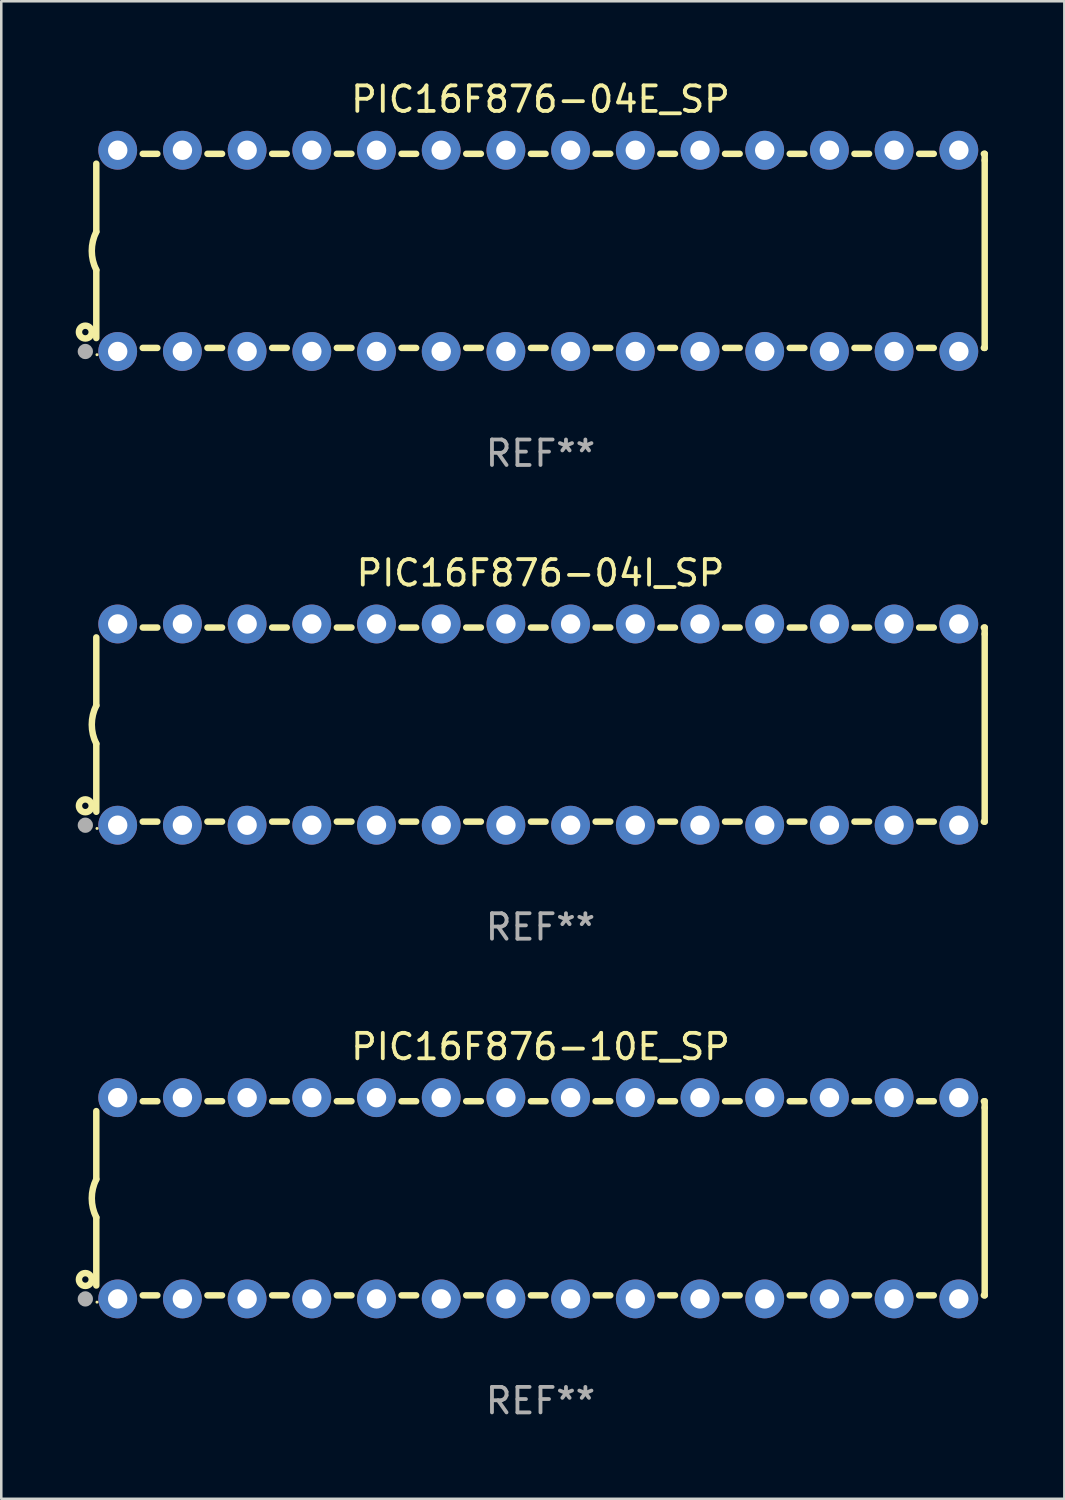
<source format=kicad_pcb>
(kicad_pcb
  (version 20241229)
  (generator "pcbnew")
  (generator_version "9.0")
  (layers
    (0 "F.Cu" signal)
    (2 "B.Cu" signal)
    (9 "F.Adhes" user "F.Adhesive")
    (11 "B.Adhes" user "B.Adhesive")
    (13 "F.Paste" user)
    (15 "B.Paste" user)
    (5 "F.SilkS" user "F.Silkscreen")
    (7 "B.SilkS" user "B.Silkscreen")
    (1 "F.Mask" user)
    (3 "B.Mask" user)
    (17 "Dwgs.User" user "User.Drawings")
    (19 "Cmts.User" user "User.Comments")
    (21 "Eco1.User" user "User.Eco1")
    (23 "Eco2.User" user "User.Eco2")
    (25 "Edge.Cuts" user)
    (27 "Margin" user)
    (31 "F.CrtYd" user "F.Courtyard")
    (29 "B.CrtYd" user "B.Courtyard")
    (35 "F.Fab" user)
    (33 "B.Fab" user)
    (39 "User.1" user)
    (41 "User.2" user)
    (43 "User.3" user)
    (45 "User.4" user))
  (footprint "PIC16F876-04E_SP"
    (layer "F.Cu")
    (at 18.168 6.798)
    (property "Reference" "PIC16F876-04E_SP" (at 0 -5.95 0) (layer "F.SilkS") (effects (font (size 1 1) (thickness 0.15))))
    (attr through_hole)
    (fp_line (start -17.438 0.75) (end -17.438 3.423) (stroke (width 0.254) (type solid)) (layer "F.SilkS"))
    (fp_line (start -17.438 -3.423) (end -17.438 -0.75) (stroke (width 0.254) (type solid)) (layer "F.SilkS"))
    (fp_line (start -15.615 3.81) (end -15.041 3.81) (stroke (width 0.254) (type solid)) (layer "F.SilkS"))
    (fp_line (start -15.041 -3.81) (end -15.614 -3.81) (stroke (width 0.254) (type solid)) (layer "F.SilkS"))
    (fp_line (start -13.075 3.81) (end -12.501 3.81) (stroke (width 0.254) (type solid)) (layer "F.SilkS"))
    (fp_line (start -12.501 -3.81) (end -13.074 -3.81) (stroke (width 0.254) (type solid)) (layer "F.SilkS"))
    (fp_line (start -10.535 3.81) (end -9.961 3.81) (stroke (width 0.254) (type solid)) (layer "F.SilkS"))
    (fp_line (start -9.961 -3.81) (end -10.534 -3.81) (stroke (width 0.254) (type solid)) (layer "F.SilkS"))
    (fp_line (start -7.995 3.81) (end -7.421 3.81) (stroke (width 0.254) (type solid)) (layer "F.SilkS"))
    (fp_line (start -7.421 -3.81) (end -7.995 -3.81) (stroke (width 0.254) (type solid)) (layer "F.SilkS"))
    (fp_line (start -5.455 3.81) (end -4.881 3.81) (stroke (width 0.254) (type solid)) (layer "F.SilkS"))
    (fp_line (start -4.881 -3.81) (end -5.455 -3.81) (stroke (width 0.254) (type solid)) (layer "F.SilkS"))
    (fp_line (start -2.915 3.81) (end -2.341 3.81) (stroke (width 0.254) (type solid)) (layer "F.SilkS"))
    (fp_line (start -2.341 -3.81) (end -2.915 -3.81) (stroke (width 0.254) (type solid)) (layer "F.SilkS"))
    (fp_line (start -0.375 3.81) (end 0.199 3.81) (stroke (width 0.254) (type solid)) (layer "F.SilkS"))
    (fp_line (start 0.199 -3.81) (end -0.375 -3.81) (stroke (width 0.254) (type solid)) (layer "F.SilkS"))
    (fp_line (start 2.165 3.81) (end 2.739 3.81) (stroke (width 0.254) (type solid)) (layer "F.SilkS"))
    (fp_line (start 2.739 -3.81) (end 2.165 -3.81) (stroke (width 0.254) (type solid)) (layer "F.SilkS"))
    (fp_line (start 4.705 3.81) (end 5.279 3.81) (stroke (width 0.254) (type solid)) (layer "F.SilkS"))
    (fp_line (start 5.279 -3.81) (end 4.705 -3.81) (stroke (width 0.254) (type solid)) (layer "F.SilkS"))
    (fp_line (start 7.245 3.81) (end 7.819 3.81) (stroke (width 0.254) (type solid)) (layer "F.SilkS"))
    (fp_line (start 7.819 -3.81) (end 7.245 -3.81) (stroke (width 0.254) (type solid)) (layer "F.SilkS"))
    (fp_line (start 9.785 3.81) (end 10.359 3.81) (stroke (width 0.254) (type solid)) (layer "F.SilkS"))
    (fp_line (start 10.359 -3.81) (end 9.785 -3.81) (stroke (width 0.254) (type solid)) (layer "F.SilkS"))
    (fp_line (start 12.325 3.81) (end 12.899 3.81) (stroke (width 0.254) (type solid)) (layer "F.SilkS"))
    (fp_line (start 12.899 -3.81) (end 12.325 -3.81) (stroke (width 0.254) (type solid)) (layer "F.SilkS"))
    (fp_line (start 14.865 3.81) (end 15.439 3.81) (stroke (width 0.254) (type solid)) (layer "F.SilkS"))
    (fp_line (start 15.439 -3.81) (end 14.865 -3.81) (stroke (width 0.254) (type solid)) (layer "F.SilkS"))
    (fp_line (start 17.405 3.81) (end 17.438 3.81) (stroke (width 0.254) (type solid)) (layer "F.SilkS"))
    (fp_line (start 17.438 -3.81) (end 17.405 -3.81) (stroke (width 0.254) (type solid)) (layer "F.SilkS"))
    (fp_line (start 17.438 -3.556) (end 17.438 -3.81) (stroke (width 0.254) (type solid)) (layer "F.SilkS"))
    (fp_line (start 17.438 3.81) (end 17.438 -3.556) (stroke (width 0.254) (type solid)) (layer "F.SilkS"))
    (fp_arc (start -17.437986 0.749657) (mid -17.614887 -0.000024) (end -17.437783 -0.749657) (stroke (width 0.254001) (type solid)) (layer "F.SilkS"))
    (fp_circle (center -17.868 3.188) (end -17.743 3.188) (stroke (width 0.254) (type solid)) (fill no) (layer "F.SilkS"))
    (fp_circle (center -17.411 4.077) (end -17.381 4.077) (stroke (width 0.06) (type solid)) (fill no) (layer "F.SilkS"))
    (fp_circle (center -17.868 3.95) (end -17.718 3.95) (stroke (width 0.3) (type solid)) (fill no) (layer "F.Fab"))
    (fp_text user "REF**" (at 0 7.95 0) (layer "F.Fab") (effects (font (size 1 1) (thickness 0.15))))
    (pad "1" thru_hole circle (at -16.598 3.95) (size 1.524 1.524) (drill 0.762) (layers "*.Cu" "*.Mask"))
    (pad "2" thru_hole circle (at -14.058 3.95) (size 1.524 1.524) (drill 0.762) (layers "*.Cu" "*.Mask"))
    (pad "3" thru_hole circle (at -11.518 3.95) (size 1.524 1.524) (drill 0.762) (layers "*.Cu" "*.Mask"))
    (pad "4" thru_hole circle (at -8.978 3.95) (size 1.524 1.524) (drill 0.762) (layers "*.Cu" "*.Mask"))
    (pad "5" thru_hole circle (at -6.438 3.95) (size 1.524 1.524) (drill 0.762) (layers "*.Cu" "*.Mask"))
    (pad "6" thru_hole circle (at -3.898 3.95) (size 1.524 1.524) (drill 0.762) (layers "*.Cu" "*.Mask"))
    (pad "7" thru_hole circle (at -1.358 3.95) (size 1.524 1.524) (drill 0.762) (layers "*.Cu" "*.Mask"))
    (pad "8" thru_hole circle (at 1.182 3.95) (size 1.524 1.524) (drill 0.762) (layers "*.Cu" "*.Mask"))
    (pad "9" thru_hole circle (at 3.722 3.95) (size 1.524 1.524) (drill 0.762) (layers "*.Cu" "*.Mask"))
    (pad "10" thru_hole circle (at 6.262 3.95) (size 1.524 1.524) (drill 0.762) (layers "*.Cu" "*.Mask"))
    (pad "11" thru_hole circle (at 8.802 3.95) (size 1.524 1.524) (drill 0.762) (layers "*.Cu" "*.Mask"))
    (pad "12" thru_hole circle (at 11.342 3.95) (size 1.524 1.524) (drill 0.762) (layers "*.Cu" "*.Mask"))
    (pad "13" thru_hole circle (at 13.882 3.95) (size 1.524 1.524) (drill 0.762) (layers "*.Cu" "*.Mask"))
    (pad "14" thru_hole circle (at 16.422 3.95) (size 1.524 1.524) (drill 0.762) (layers "*.Cu" "*.Mask"))
    (pad "15" thru_hole circle (at 16.422 -3.95) (size 1.524 1.524) (drill 0.762) (layers "*.Cu" "*.Mask"))
    (pad "16" thru_hole circle (at 13.882 -3.95) (size 1.524 1.524) (drill 0.762) (layers "*.Cu" "*.Mask"))
    (pad "17" thru_hole circle (at 11.342 -3.95) (size 1.524 1.524) (drill 0.762) (layers "*.Cu" "*.Mask"))
    (pad "18" thru_hole circle (at 8.802 -3.95) (size 1.524 1.524) (drill 0.762) (layers "*.Cu" "*.Mask"))
    (pad "19" thru_hole circle (at 6.262 -3.95) (size 1.524 1.524) (drill 0.762) (layers "*.Cu" "*.Mask"))
    (pad "20" thru_hole circle (at 3.722 -3.95) (size 1.524 1.524) (drill 0.762) (layers "*.Cu" "*.Mask"))
    (pad "21" thru_hole circle (at 1.182 -3.95) (size 1.524 1.524) (drill 0.762) (layers "*.Cu" "*.Mask"))
    (pad "22" thru_hole circle (at -1.358 -3.95) (size 1.524 1.524) (drill 0.762) (layers "*.Cu" "*.Mask"))
    (pad "23" thru_hole circle (at -3.898 -3.95) (size 1.524 1.524) (drill 0.762) (layers "*.Cu" "*.Mask"))
    (pad "24" thru_hole circle (at -6.438 -3.95) (size 1.524 1.524) (drill 0.762) (layers "*.Cu" "*.Mask"))
    (pad "25" thru_hole circle (at -8.978 -3.95) (size 1.524 1.524) (drill 0.762) (layers "*.Cu" "*.Mask"))
    (pad "26" thru_hole circle (at -11.517 -3.95) (size 1.524 1.524) (drill 0.762) (layers "*.Cu" "*.Mask"))
    (pad "27" thru_hole circle (at -14.057 -3.95) (size 1.524 1.524) (drill 0.762) (layers "*.Cu" "*.Mask"))
    (pad "28" thru_hole circle (at -16.597 -3.95) (size 1.524 1.524) (drill 0.762) (layers "*.Cu" "*.Mask")))
  (footprint "PIC16F876-04I_SP"
    (layer "F.Cu")
    (at 18.168 25.395)
    (property "Reference" "PIC16F876-04I_SP" (at 0 -5.95 0) (layer "F.SilkS") (effects (font (size 1 1) (thickness 0.15))))
    (attr through_hole)
    (fp_line (start -17.438 0.75) (end -17.438 3.423) (stroke (width 0.254) (type solid)) (layer "F.SilkS"))
    (fp_line (start -17.438 -3.423) (end -17.438 -0.75) (stroke (width 0.254) (type solid)) (layer "F.SilkS"))
    (fp_line (start -15.615 3.81) (end -15.041 3.81) (stroke (width 0.254) (type solid)) (layer "F.SilkS"))
    (fp_line (start -15.041 -3.81) (end -15.614 -3.81) (stroke (width 0.254) (type solid)) (layer "F.SilkS"))
    (fp_line (start -13.075 3.81) (end -12.501 3.81) (stroke (width 0.254) (type solid)) (layer "F.SilkS"))
    (fp_line (start -12.501 -3.81) (end -13.074 -3.81) (stroke (width 0.254) (type solid)) (layer "F.SilkS"))
    (fp_line (start -10.535 3.81) (end -9.961 3.81) (stroke (width 0.254) (type solid)) (layer "F.SilkS"))
    (fp_line (start -9.961 -3.81) (end -10.534 -3.81) (stroke (width 0.254) (type solid)) (layer "F.SilkS"))
    (fp_line (start -7.995 3.81) (end -7.421 3.81) (stroke (width 0.254) (type solid)) (layer "F.SilkS"))
    (fp_line (start -7.421 -3.81) (end -7.995 -3.81) (stroke (width 0.254) (type solid)) (layer "F.SilkS"))
    (fp_line (start -5.455 3.81) (end -4.881 3.81) (stroke (width 0.254) (type solid)) (layer "F.SilkS"))
    (fp_line (start -4.881 -3.81) (end -5.455 -3.81) (stroke (width 0.254) (type solid)) (layer "F.SilkS"))
    (fp_line (start -2.915 3.81) (end -2.341 3.81) (stroke (width 0.254) (type solid)) (layer "F.SilkS"))
    (fp_line (start -2.341 -3.81) (end -2.915 -3.81) (stroke (width 0.254) (type solid)) (layer "F.SilkS"))
    (fp_line (start -0.375 3.81) (end 0.199 3.81) (stroke (width 0.254) (type solid)) (layer "F.SilkS"))
    (fp_line (start 0.199 -3.81) (end -0.375 -3.81) (stroke (width 0.254) (type solid)) (layer "F.SilkS"))
    (fp_line (start 2.165 3.81) (end 2.739 3.81) (stroke (width 0.254) (type solid)) (layer "F.SilkS"))
    (fp_line (start 2.739 -3.81) (end 2.165 -3.81) (stroke (width 0.254) (type solid)) (layer "F.SilkS"))
    (fp_line (start 4.705 3.81) (end 5.279 3.81) (stroke (width 0.254) (type solid)) (layer "F.SilkS"))
    (fp_line (start 5.279 -3.81) (end 4.705 -3.81) (stroke (width 0.254) (type solid)) (layer "F.SilkS"))
    (fp_line (start 7.245 3.81) (end 7.819 3.81) (stroke (width 0.254) (type solid)) (layer "F.SilkS"))
    (fp_line (start 7.819 -3.81) (end 7.245 -3.81) (stroke (width 0.254) (type solid)) (layer "F.SilkS"))
    (fp_line (start 9.785 3.81) (end 10.359 3.81) (stroke (width 0.254) (type solid)) (layer "F.SilkS"))
    (fp_line (start 10.359 -3.81) (end 9.785 -3.81) (stroke (width 0.254) (type solid)) (layer "F.SilkS"))
    (fp_line (start 12.325 3.81) (end 12.899 3.81) (stroke (width 0.254) (type solid)) (layer "F.SilkS"))
    (fp_line (start 12.899 -3.81) (end 12.325 -3.81) (stroke (width 0.254) (type solid)) (layer "F.SilkS"))
    (fp_line (start 14.865 3.81) (end 15.439 3.81) (stroke (width 0.254) (type solid)) (layer "F.SilkS"))
    (fp_line (start 15.439 -3.81) (end 14.865 -3.81) (stroke (width 0.254) (type solid)) (layer "F.SilkS"))
    (fp_line (start 17.405 3.81) (end 17.438 3.81) (stroke (width 0.254) (type solid)) (layer "F.SilkS"))
    (fp_line (start 17.438 -3.81) (end 17.405 -3.81) (stroke (width 0.254) (type solid)) (layer "F.SilkS"))
    (fp_line (start 17.438 -3.556) (end 17.438 -3.81) (stroke (width 0.254) (type solid)) (layer "F.SilkS"))
    (fp_line (start 17.438 3.81) (end 17.438 -3.556) (stroke (width 0.254) (type solid)) (layer "F.SilkS"))
    (fp_arc (start -17.437986 0.749657) (mid -17.614887 -0.000024) (end -17.437783 -0.749657) (stroke (width 0.254001) (type solid)) (layer "F.SilkS"))
    (fp_circle (center -17.868 3.188) (end -17.743 3.188) (stroke (width 0.254) (type solid)) (fill no) (layer "F.SilkS"))
    (fp_circle (center -17.411 4.077) (end -17.381 4.077) (stroke (width 0.06) (type solid)) (fill no) (layer "F.SilkS"))
    (fp_circle (center -17.868 3.95) (end -17.718 3.95) (stroke (width 0.3) (type solid)) (fill no) (layer "F.Fab"))
    (fp_text user "REF**" (at 0 7.95 0) (layer "F.Fab") (effects (font (size 1 1) (thickness 0.15))))
    (pad "1" thru_hole circle (at -16.598 3.95) (size 1.524 1.524) (drill 0.762) (layers "*.Cu" "*.Mask"))
    (pad "2" thru_hole circle (at -14.058 3.95) (size 1.524 1.524) (drill 0.762) (layers "*.Cu" "*.Mask"))
    (pad "3" thru_hole circle (at -11.518 3.95) (size 1.524 1.524) (drill 0.762) (layers "*.Cu" "*.Mask"))
    (pad "4" thru_hole circle (at -8.978 3.95) (size 1.524 1.524) (drill 0.762) (layers "*.Cu" "*.Mask"))
    (pad "5" thru_hole circle (at -6.438 3.95) (size 1.524 1.524) (drill 0.762) (layers "*.Cu" "*.Mask"))
    (pad "6" thru_hole circle (at -3.898 3.95) (size 1.524 1.524) (drill 0.762) (layers "*.Cu" "*.Mask"))
    (pad "7" thru_hole circle (at -1.358 3.95) (size 1.524 1.524) (drill 0.762) (layers "*.Cu" "*.Mask"))
    (pad "8" thru_hole circle (at 1.182 3.95) (size 1.524 1.524) (drill 0.762) (layers "*.Cu" "*.Mask"))
    (pad "9" thru_hole circle (at 3.722 3.95) (size 1.524 1.524) (drill 0.762) (layers "*.Cu" "*.Mask"))
    (pad "10" thru_hole circle (at 6.262 3.95) (size 1.524 1.524) (drill 0.762) (layers "*.Cu" "*.Mask"))
    (pad "11" thru_hole circle (at 8.802 3.95) (size 1.524 1.524) (drill 0.762) (layers "*.Cu" "*.Mask"))
    (pad "12" thru_hole circle (at 11.342 3.95) (size 1.524 1.524) (drill 0.762) (layers "*.Cu" "*.Mask"))
    (pad "13" thru_hole circle (at 13.882 3.95) (size 1.524 1.524) (drill 0.762) (layers "*.Cu" "*.Mask"))
    (pad "14" thru_hole circle (at 16.422 3.95) (size 1.524 1.524) (drill 0.762) (layers "*.Cu" "*.Mask"))
    (pad "15" thru_hole circle (at 16.422 -3.95) (size 1.524 1.524) (drill 0.762) (layers "*.Cu" "*.Mask"))
    (pad "16" thru_hole circle (at 13.882 -3.95) (size 1.524 1.524) (drill 0.762) (layers "*.Cu" "*.Mask"))
    (pad "17" thru_hole circle (at 11.342 -3.95) (size 1.524 1.524) (drill 0.762) (layers "*.Cu" "*.Mask"))
    (pad "18" thru_hole circle (at 8.802 -3.95) (size 1.524 1.524) (drill 0.762) (layers "*.Cu" "*.Mask"))
    (pad "19" thru_hole circle (at 6.262 -3.95) (size 1.524 1.524) (drill 0.762) (layers "*.Cu" "*.Mask"))
    (pad "20" thru_hole circle (at 3.722 -3.95) (size 1.524 1.524) (drill 0.762) (layers "*.Cu" "*.Mask"))
    (pad "21" thru_hole circle (at 1.182 -3.95) (size 1.524 1.524) (drill 0.762) (layers "*.Cu" "*.Mask"))
    (pad "22" thru_hole circle (at -1.358 -3.95) (size 1.524 1.524) (drill 0.762) (layers "*.Cu" "*.Mask"))
    (pad "23" thru_hole circle (at -3.898 -3.95) (size 1.524 1.524) (drill 0.762) (layers "*.Cu" "*.Mask"))
    (pad "24" thru_hole circle (at -6.438 -3.95) (size 1.524 1.524) (drill 0.762) (layers "*.Cu" "*.Mask"))
    (pad "25" thru_hole circle (at -8.978 -3.95) (size 1.524 1.524) (drill 0.762) (layers "*.Cu" "*.Mask"))
    (pad "26" thru_hole circle (at -11.517 -3.95) (size 1.524 1.524) (drill 0.762) (layers "*.Cu" "*.Mask"))
    (pad "27" thru_hole circle (at -14.057 -3.95) (size 1.524 1.524) (drill 0.762) (layers "*.Cu" "*.Mask"))
    (pad "28" thru_hole circle (at -16.597 -3.95) (size 1.524 1.524) (drill 0.762) (layers "*.Cu" "*.Mask")))
  (footprint "PIC16F876-10E_SP"
    (layer "F.Cu")
    (at 18.168 43.991)
    (property "Reference" "PIC16F876-10E_SP" (at 0 -5.95 0) (layer "F.SilkS") (effects (font (size 1 1) (thickness 0.15))))
    (attr through_hole)
    (fp_line (start -17.438 0.75) (end -17.438 3.423) (stroke (width 0.254) (type solid)) (layer "F.SilkS"))
    (fp_line (start -17.438 -3.423) (end -17.438 -0.75) (stroke (width 0.254) (type solid)) (layer "F.SilkS"))
    (fp_line (start -15.615 3.81) (end -15.041 3.81) (stroke (width 0.254) (type solid)) (layer "F.SilkS"))
    (fp_line (start -15.041 -3.81) (end -15.614 -3.81) (stroke (width 0.254) (type solid)) (layer "F.SilkS"))
    (fp_line (start -13.075 3.81) (end -12.501 3.81) (stroke (width 0.254) (type solid)) (layer "F.SilkS"))
    (fp_line (start -12.501 -3.81) (end -13.074 -3.81) (stroke (width 0.254) (type solid)) (layer "F.SilkS"))
    (fp_line (start -10.535 3.81) (end -9.961 3.81) (stroke (width 0.254) (type solid)) (layer "F.SilkS"))
    (fp_line (start -9.961 -3.81) (end -10.534 -3.81) (stroke (width 0.254) (type solid)) (layer "F.SilkS"))
    (fp_line (start -7.995 3.81) (end -7.421 3.81) (stroke (width 0.254) (type solid)) (layer "F.SilkS"))
    (fp_line (start -7.421 -3.81) (end -7.995 -3.81) (stroke (width 0.254) (type solid)) (layer "F.SilkS"))
    (fp_line (start -5.455 3.81) (end -4.881 3.81) (stroke (width 0.254) (type solid)) (layer "F.SilkS"))
    (fp_line (start -4.881 -3.81) (end -5.455 -3.81) (stroke (width 0.254) (type solid)) (layer "F.SilkS"))
    (fp_line (start -2.915 3.81) (end -2.341 3.81) (stroke (width 0.254) (type solid)) (layer "F.SilkS"))
    (fp_line (start -2.341 -3.81) (end -2.915 -3.81) (stroke (width 0.254) (type solid)) (layer "F.SilkS"))
    (fp_line (start -0.375 3.81) (end 0.199 3.81) (stroke (width 0.254) (type solid)) (layer "F.SilkS"))
    (fp_line (start 0.199 -3.81) (end -0.375 -3.81) (stroke (width 0.254) (type solid)) (layer "F.SilkS"))
    (fp_line (start 2.165 3.81) (end 2.739 3.81) (stroke (width 0.254) (type solid)) (layer "F.SilkS"))
    (fp_line (start 2.739 -3.81) (end 2.165 -3.81) (stroke (width 0.254) (type solid)) (layer "F.SilkS"))
    (fp_line (start 4.705 3.81) (end 5.279 3.81) (stroke (width 0.254) (type solid)) (layer "F.SilkS"))
    (fp_line (start 5.279 -3.81) (end 4.705 -3.81) (stroke (width 0.254) (type solid)) (layer "F.SilkS"))
    (fp_line (start 7.245 3.81) (end 7.819 3.81) (stroke (width 0.254) (type solid)) (layer "F.SilkS"))
    (fp_line (start 7.819 -3.81) (end 7.245 -3.81) (stroke (width 0.254) (type solid)) (layer "F.SilkS"))
    (fp_line (start 9.785 3.81) (end 10.359 3.81) (stroke (width 0.254) (type solid)) (layer "F.SilkS"))
    (fp_line (start 10.359 -3.81) (end 9.785 -3.81) (stroke (width 0.254) (type solid)) (layer "F.SilkS"))
    (fp_line (start 12.325 3.81) (end 12.899 3.81) (stroke (width 0.254) (type solid)) (layer "F.SilkS"))
    (fp_line (start 12.899 -3.81) (end 12.325 -3.81) (stroke (width 0.254) (type solid)) (layer "F.SilkS"))
    (fp_line (start 14.865 3.81) (end 15.439 3.81) (stroke (width 0.254) (type solid)) (layer "F.SilkS"))
    (fp_line (start 15.439 -3.81) (end 14.865 -3.81) (stroke (width 0.254) (type solid)) (layer "F.SilkS"))
    (fp_line (start 17.405 3.81) (end 17.438 3.81) (stroke (width 0.254) (type solid)) (layer "F.SilkS"))
    (fp_line (start 17.438 -3.81) (end 17.405 -3.81) (stroke (width 0.254) (type solid)) (layer "F.SilkS"))
    (fp_line (start 17.438 -3.556) (end 17.438 -3.81) (stroke (width 0.254) (type solid)) (layer "F.SilkS"))
    (fp_line (start 17.438 3.81) (end 17.438 -3.556) (stroke (width 0.254) (type solid)) (layer "F.SilkS"))
    (fp_arc (start -17.437986 0.749657) (mid -17.614887 -0.000024) (end -17.437783 -0.749657) (stroke (width 0.254001) (type solid)) (layer "F.SilkS"))
    (fp_circle (center -17.868 3.188) (end -17.743 3.188) (stroke (width 0.254) (type solid)) (fill no) (layer "F.SilkS"))
    (fp_circle (center -17.411 4.077) (end -17.381 4.077) (stroke (width 0.06) (type solid)) (fill no) (layer "F.SilkS"))
    (fp_circle (center -17.868 3.95) (end -17.718 3.95) (stroke (width 0.3) (type solid)) (fill no) (layer "F.Fab"))
    (fp_text user "REF**" (at 0 7.95 0) (layer "F.Fab") (effects (font (size 1 1) (thickness 0.15))))
    (pad "1" thru_hole circle (at -16.598 3.95) (size 1.524 1.524) (drill 0.762) (layers "*.Cu" "*.Mask"))
    (pad "2" thru_hole circle (at -14.058 3.95) (size 1.524 1.524) (drill 0.762) (layers "*.Cu" "*.Mask"))
    (pad "3" thru_hole circle (at -11.518 3.95) (size 1.524 1.524) (drill 0.762) (layers "*.Cu" "*.Mask"))
    (pad "4" thru_hole circle (at -8.978 3.95) (size 1.524 1.524) (drill 0.762) (layers "*.Cu" "*.Mask"))
    (pad "5" thru_hole circle (at -6.438 3.95) (size 1.524 1.524) (drill 0.762) (layers "*.Cu" "*.Mask"))
    (pad "6" thru_hole circle (at -3.898 3.95) (size 1.524 1.524) (drill 0.762) (layers "*.Cu" "*.Mask"))
    (pad "7" thru_hole circle (at -1.358 3.95) (size 1.524 1.524) (drill 0.762) (layers "*.Cu" "*.Mask"))
    (pad "8" thru_hole circle (at 1.182 3.95) (size 1.524 1.524) (drill 0.762) (layers "*.Cu" "*.Mask"))
    (pad "9" thru_hole circle (at 3.722 3.95) (size 1.524 1.524) (drill 0.762) (layers "*.Cu" "*.Mask"))
    (pad "10" thru_hole circle (at 6.262 3.95) (size 1.524 1.524) (drill 0.762) (layers "*.Cu" "*.Mask"))
    (pad "11" thru_hole circle (at 8.802 3.95) (size 1.524 1.524) (drill 0.762) (layers "*.Cu" "*.Mask"))
    (pad "12" thru_hole circle (at 11.342 3.95) (size 1.524 1.524) (drill 0.762) (layers "*.Cu" "*.Mask"))
    (pad "13" thru_hole circle (at 13.882 3.95) (size 1.524 1.524) (drill 0.762) (layers "*.Cu" "*.Mask"))
    (pad "14" thru_hole circle (at 16.422 3.95) (size 1.524 1.524) (drill 0.762) (layers "*.Cu" "*.Mask"))
    (pad "15" thru_hole circle (at 16.422 -3.95) (size 1.524 1.524) (drill 0.762) (layers "*.Cu" "*.Mask"))
    (pad "16" thru_hole circle (at 13.882 -3.95) (size 1.524 1.524) (drill 0.762) (layers "*.Cu" "*.Mask"))
    (pad "17" thru_hole circle (at 11.342 -3.95) (size 1.524 1.524) (drill 0.762) (layers "*.Cu" "*.Mask"))
    (pad "18" thru_hole circle (at 8.802 -3.95) (size 1.524 1.524) (drill 0.762) (layers "*.Cu" "*.Mask"))
    (pad "19" thru_hole circle (at 6.262 -3.95) (size 1.524 1.524) (drill 0.762) (layers "*.Cu" "*.Mask"))
    (pad "20" thru_hole circle (at 3.722 -3.95) (size 1.524 1.524) (drill 0.762) (layers "*.Cu" "*.Mask"))
    (pad "21" thru_hole circle (at 1.182 -3.95) (size 1.524 1.524) (drill 0.762) (layers "*.Cu" "*.Mask"))
    (pad "22" thru_hole circle (at -1.358 -3.95) (size 1.524 1.524) (drill 0.762) (layers "*.Cu" "*.Mask"))
    (pad "23" thru_hole circle (at -3.898 -3.95) (size 1.524 1.524) (drill 0.762) (layers "*.Cu" "*.Mask"))
    (pad "24" thru_hole circle (at -6.438 -3.95) (size 1.524 1.524) (drill 0.762) (layers "*.Cu" "*.Mask"))
    (pad "25" thru_hole circle (at -8.978 -3.95) (size 1.524 1.524) (drill 0.762) (layers "*.Cu" "*.Mask"))
    (pad "26" thru_hole circle (at -11.517 -3.95) (size 1.524 1.524) (drill 0.762) (layers "*.Cu" "*.Mask"))
    (pad "27" thru_hole circle (at -14.057 -3.95) (size 1.524 1.524) (drill 0.762) (layers "*.Cu" "*.Mask"))
    (pad "28" thru_hole circle (at -16.597 -3.95) (size 1.524 1.524) (drill 0.762) (layers "*.Cu" "*.Mask")))
  (gr_rect
    (start -3 -3)
    (end 38.733 55.789)
    (stroke (width 0.1) (type default))
    (fill no)
    (layer "Edge.Cuts")))
</source>
